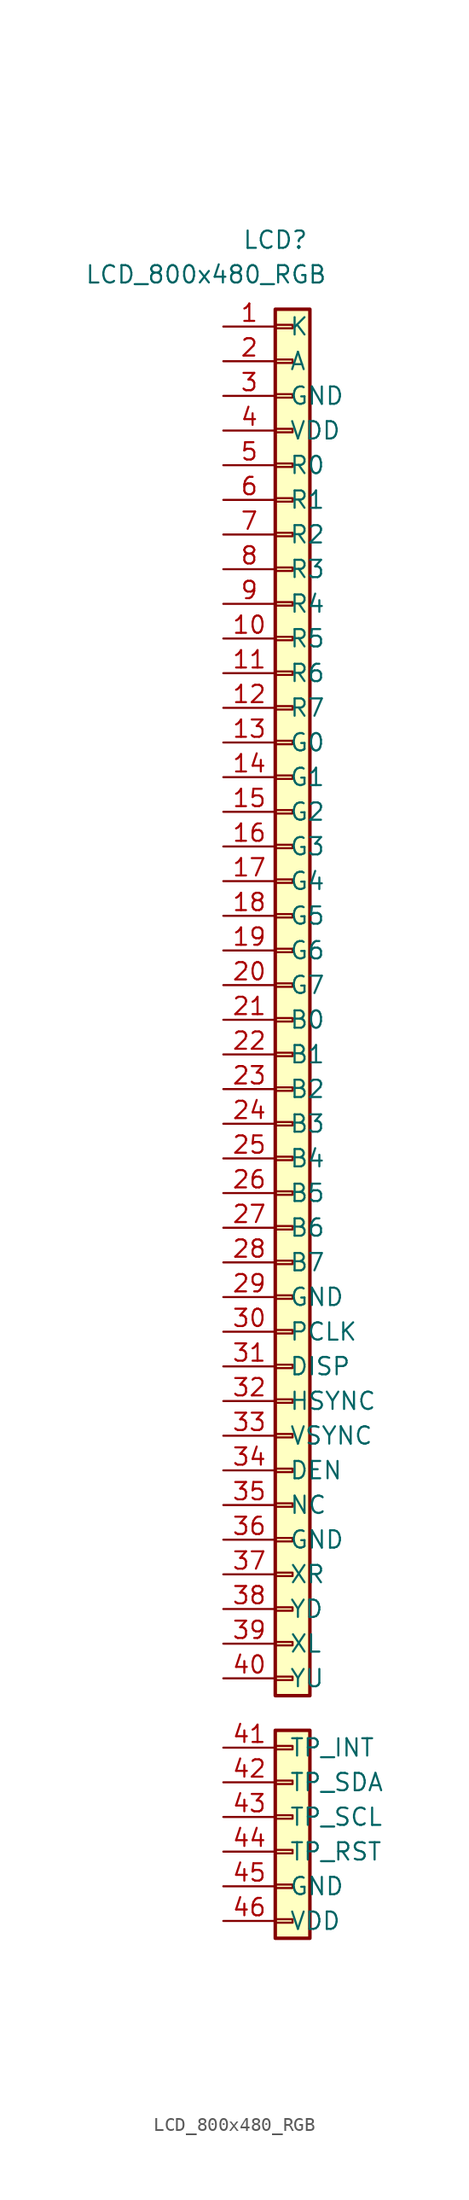
<source format=kicad_sym>
(kicad_symbol_lib
  (version 20211014)
  (generator kicad_symbol_editor)
  (symbol "LCD_800x480_RGB"
    (pin_names
      (offset 1.016))
    (property "Reference" "LCD"
      (at 0 58.42 0)
      (effects (font (size 1.27 1.27))))
    (property "Value" "LCD_800x480_RGB"
      (at -5.08 55.88 0)
      (effects (font (size 1.27 1.27))))
    (symbol "LCD_800x480_RGB_1_1"
      (rectangle (start 0 -64.643) (end 1.27 -64.897) (stroke (width 0.152) (type default) (color 0 0 0 0)) (fill (type none)))
      (rectangle (start 0 -62.103) (end 1.27 -62.357) (stroke (width 0.152) (type default) (color 0 0 0 0)) (fill (type none)))
      (rectangle (start 0 -59.563) (end 1.27 -59.817) (stroke (width 0.152) (type default) (color 0 0 0 0)) (fill (type none)))
      (rectangle (start 0 -57.023) (end 1.27 -57.277) (stroke (width 0.152) (type default) (color 0 0 0 0)) (fill (type none)))
      (rectangle (start 0 -54.483) (end 1.27 -54.737) (stroke (width 0.152) (type default) (color 0 0 0 0)) (fill (type none)))
      (rectangle (start 0 -51.943) (end 1.27 -52.197) (stroke (width 0.152) (type default) (color 0 0 0 0)) (fill (type none)))
      (rectangle (start 0 -50.8) (end 2.54 -66.04) (stroke (width 0.254) (type default) (color 0 0 0 0)) (fill (type background)))
      (rectangle (start 0 -46.863) (end 1.27 -47.117) (stroke (width 0.152) (type default) (color 0 0 0 0)) (fill (type none)))
      (rectangle (start 0 -44.323) (end 1.27 -44.577) (stroke (width 0.152) (type default) (color 0 0 0 0)) (fill (type none)))
      (rectangle (start 0 -41.783) (end 1.27 -42.037) (stroke (width 0.152) (type default) (color 0 0 0 0)) (fill (type none)))
      (rectangle (start 0 -39.243) (end 1.27 -39.497) (stroke (width 0.152) (type default) (color 0 0 0 0)) (fill (type none)))
      (rectangle (start 0 -36.703) (end 1.27 -36.957) (stroke (width 0.152) (type default) (color 0 0 0 0)) (fill (type none)))
      (rectangle (start 0 -34.163) (end 1.27 -34.417) (stroke (width 0.152) (type default) (color 0 0 0 0)) (fill (type none)))
      (rectangle (start 0 -31.623) (end 1.27 -31.877) (stroke (width 0.152) (type default) (color 0 0 0 0)) (fill (type none)))
      (rectangle (start 0 -29.083) (end 1.27 -29.337) (stroke (width 0.152) (type default) (color 0 0 0 0)) (fill (type none)))
      (rectangle (start 0 -26.543) (end 1.27 -26.797) (stroke (width 0.152) (type default) (color 0 0 0 0)) (fill (type none)))
      (rectangle (start 0 -24.003) (end 1.27 -24.257) (stroke (width 0.152) (type default) (color 0 0 0 0)) (fill (type none)))
      (rectangle (start 0 -21.463) (end 1.27 -21.717) (stroke (width 0.152) (type default) (color 0 0 0 0)) (fill (type none)))
      (rectangle (start 0 -18.923) (end 1.27 -19.177) (stroke (width 0.152) (type default) (color 0 0 0 0)) (fill (type none)))
      (rectangle (start 0 -16.383) (end 1.27 -16.637) (stroke (width 0.152) (type default) (color 0 0 0 0)) (fill (type none)))
      (rectangle (start 0 -13.843) (end 1.27 -14.097) (stroke (width 0.152) (type default) (color 0 0 0 0)) (fill (type none)))
      (rectangle (start 0 -11.303) (end 1.27 -11.557) (stroke (width 0.152) (type default) (color 0 0 0 0)) (fill (type none)))
      (rectangle (start 0 -8.763) (end 1.27 -9.017) (stroke (width 0.152) (type default) (color 0 0 0 0)) (fill (type none)))
      (rectangle (start 0 -6.223) (end 1.27 -6.477) (stroke (width 0.152) (type default) (color 0 0 0 0)) (fill (type none)))
      (rectangle (start 0 -3.683) (end 1.27 -3.937) (stroke (width 0.152) (type default) (color 0 0 0 0)) (fill (type none)))
      (rectangle (start 0 -1.143) (end 1.27 -1.397) (stroke (width 0.152) (type default) (color 0 0 0 0)) (fill (type none)))
      (rectangle (start 0 1.397) (end 1.27 1.143) (stroke (width 0.152) (type default) (color 0 0 0 0)) (fill (type none)))
      (rectangle (start 0 3.937) (end 1.27 3.683) (stroke (width 0.152) (type default) (color 0 0 0 0)) (fill (type none)))
      (rectangle (start 0 6.477) (end 1.27 6.223) (stroke (width 0.152) (type default) (color 0 0 0 0)) (fill (type none)))
      (rectangle (start 0 9.017) (end 1.27 8.763) (stroke (width 0.152) (type default) (color 0 0 0 0)) (fill (type none)))
      (rectangle (start 0 11.557) (end 1.27 11.303) (stroke (width 0.152) (type default) (color 0 0 0 0)) (fill (type none)))
      (rectangle (start 0 14.097) (end 1.27 13.843) (stroke (width 0.152) (type default) (color 0 0 0 0)) (fill (type none)))
      (rectangle (start 0 16.637) (end 1.27 16.383) (stroke (width 0.152) (type default) (color 0 0 0 0)) (fill (type none)))
      (rectangle (start 0 19.177) (end 1.27 18.923) (stroke (width 0.152) (type default) (color 0 0 0 0)) (fill (type none)))
      (rectangle (start 0 21.717) (end 1.27 21.463) (stroke (width 0.152) (type default) (color 0 0 0 0)) (fill (type none)))
      (rectangle (start 0 24.257) (end 1.27 24.003) (stroke (width 0.152) (type default) (color 0 0 0 0)) (fill (type none)))
      (rectangle (start 0 26.797) (end 1.27 26.543) (stroke (width 0.152) (type default) (color 0 0 0 0)) (fill (type none)))
      (rectangle (start 0 29.337) (end 1.27 29.083) (stroke (width 0.152) (type default) (color 0 0 0 0)) (fill (type none)))
      (rectangle (start 0 31.877) (end 1.27 31.623) (stroke (width 0.152) (type default) (color 0 0 0 0)) (fill (type none)))
      (rectangle (start 0 34.417) (end 1.27 34.163) (stroke (width 0.152) (type default) (color 0 0 0 0)) (fill (type none)))
      (rectangle (start 0 36.957) (end 1.27 36.703) (stroke (width 0.152) (type default) (color 0 0 0 0)) (fill (type none)))
      (rectangle (start 0 39.497) (end 1.27 39.243) (stroke (width 0.152) (type default) (color 0 0 0 0)) (fill (type none)))
      (rectangle (start 0 42.037) (end 1.27 41.783) (stroke (width 0.152) (type default) (color 0 0 0 0)) (fill (type none)))
      (rectangle (start 0 44.577) (end 1.27 44.323) (stroke (width 0.152) (type default) (color 0 0 0 0)) (fill (type none)))
      (rectangle (start 0 47.117) (end 1.27 46.863) (stroke (width 0.152) (type default) (color 0 0 0 0)) (fill (type none)))
      (rectangle (start 0 49.657) (end 1.27 49.403) (stroke (width 0.152) (type default) (color 0 0 0 0)) (fill (type none)))
      (rectangle (start 0 52.197) (end 1.27 51.943) (stroke (width 0.152) (type default) (color 0 0 0 0)) (fill (type none)))
      (rectangle (start 0 53.34) (end 2.54 -48.26) (stroke (width 0.254) (type default) (color 0 0 0 0)) (fill (type background)))
      (pin passive line (at -3.81 52.07 0) (length 3.81) (name "K" (effects (font (size 1.27 1.27)))) (number "1" (effects (font (size 1.27 1.27)))))
      (pin passive line (at -3.81 29.21 0) (length 3.81) (name "R5" (effects (font (size 1.27 1.27)))) (number "10" (effects (font (size 1.27 1.27)))))
      (pin passive line (at -3.81 26.67 0) (length 3.81) (name "R6" (effects (font (size 1.27 1.27)))) (number "11" (effects (font (size 1.27 1.27)))))
      (pin passive line (at -3.81 24.13 0) (length 3.81) (name "R7" (effects (font (size 1.27 1.27)))) (number "12" (effects (font (size 1.27 1.27)))))
      (pin passive line (at -3.81 21.59 0) (length 3.81) (name "G0" (effects (font (size 1.27 1.27)))) (number "13" (effects (font (size 1.27 1.27)))))
      (pin passive line (at -3.81 19.05 0) (length 3.81) (name "G1" (effects (font (size 1.27 1.27)))) (number "14" (effects (font (size 1.27 1.27)))))
      (pin passive line (at -3.81 16.51 0) (length 3.81) (name "G2" (effects (font (size 1.27 1.27)))) (number "15" (effects (font (size 1.27 1.27)))))
      (pin passive line (at -3.81 13.97 0) (length 3.81) (name "G3" (effects (font (size 1.27 1.27)))) (number "16" (effects (font (size 1.27 1.27)))))
      (pin passive line (at -3.81 11.43 0) (length 3.81) (name "G4" (effects (font (size 1.27 1.27)))) (number "17" (effects (font (size 1.27 1.27)))))
      (pin passive line (at -3.81 8.89 0) (length 3.81) (name "G5" (effects (font (size 1.27 1.27)))) (number "18" (effects (font (size 1.27 1.27)))))
      (pin passive line (at -3.81 6.35 0) (length 3.81) (name "G6" (effects (font (size 1.27 1.27)))) (number "19" (effects (font (size 1.27 1.27)))))
      (pin passive line (at -3.81 49.53 0) (length 3.81) (name "A" (effects (font (size 1.27 1.27)))) (number "2" (effects (font (size 1.27 1.27)))))
      (pin passive line (at -3.81 3.81 0) (length 3.81) (name "G7" (effects (font (size 1.27 1.27)))) (number "20" (effects (font (size 1.27 1.27)))))
      (pin passive line (at -3.81 1.27 0) (length 3.81) (name "B0" (effects (font (size 1.27 1.27)))) (number "21" (effects (font (size 1.27 1.27)))))
      (pin passive line (at -3.81 -1.27 0) (length 3.81) (name "B1" (effects (font (size 1.27 1.27)))) (number "22" (effects (font (size 1.27 1.27)))))
      (pin passive line (at -3.81 -3.81 0) (length 3.81) (name "B2" (effects (font (size 1.27 1.27)))) (number "23" (effects (font (size 1.27 1.27)))))
      (pin passive line (at -3.81 -6.35 0) (length 3.81) (name "B3" (effects (font (size 1.27 1.27)))) (number "24" (effects (font (size 1.27 1.27)))))
      (pin passive line (at -3.81 -8.89 0) (length 3.81) (name "B4" (effects (font (size 1.27 1.27)))) (number "25" (effects (font (size 1.27 1.27)))))
      (pin passive line (at -3.81 -11.43 0) (length 3.81) (name "B5" (effects (font (size 1.27 1.27)))) (number "26" (effects (font (size 1.27 1.27)))))
      (pin passive line (at -3.81 -13.97 0) (length 3.81) (name "B6" (effects (font (size 1.27 1.27)))) (number "27" (effects (font (size 1.27 1.27)))))
      (pin passive line (at -3.81 -16.51 0) (length 3.81) (name "B7" (effects (font (size 1.27 1.27)))) (number "28" (effects (font (size 1.27 1.27)))))
      (pin passive line (at -3.81 -19.05 0) (length 3.81) (name "GND" (effects (font (size 1.27 1.27)))) (number "29" (effects (font (size 1.27 1.27)))))
      (pin passive line (at -3.81 46.99 0) (length 3.81) (name "GND" (effects (font (size 1.27 1.27)))) (number "3" (effects (font (size 1.27 1.27)))))
      (pin passive line (at -3.81 -21.59 0) (length 3.81) (name "PCLK" (effects (font (size 1.27 1.27)))) (number "30" (effects (font (size 1.27 1.27)))))
      (pin passive line (at -3.81 -24.13 0) (length 3.81) (name "DISP" (effects (font (size 1.27 1.27)))) (number "31" (effects (font (size 1.27 1.27)))))
      (pin passive line (at -3.81 -26.67 0) (length 3.81) (name "HSYNC" (effects (font (size 1.27 1.27)))) (number "32" (effects (font (size 1.27 1.27)))))
      (pin passive line (at -3.81 -29.21 0) (length 3.81) (name "VSYNC" (effects (font (size 1.27 1.27)))) (number "33" (effects (font (size 1.27 1.27)))))
      (pin passive line (at -3.81 -31.75 0) (length 3.81) (name "DEN" (effects (font (size 1.27 1.27)))) (number "34" (effects (font (size 1.27 1.27)))))
      (pin passive line (at -3.81 -34.29 0) (length 3.81) (name "NC" (effects (font (size 1.27 1.27)))) (number "35" (effects (font (size 1.27 1.27)))))
      (pin passive line (at -3.81 -36.83 0) (length 3.81) (name "GND" (effects (font (size 1.27 1.27)))) (number "36" (effects (font (size 1.27 1.27)))))
      (pin passive line (at -3.81 -39.37 0) (length 3.81) (name "XR" (effects (font (size 1.27 1.27)))) (number "37" (effects (font (size 1.27 1.27)))))
      (pin passive line (at -3.81 -41.91 0) (length 3.81) (name "YD" (effects (font (size 1.27 1.27)))) (number "38" (effects (font (size 1.27 1.27)))))
      (pin passive line (at -3.81 -44.45 0) (length 3.81) (name "XL" (effects (font (size 1.27 1.27)))) (number "39" (effects (font (size 1.27 1.27)))))
      (pin passive line (at -3.81 44.45 0) (length 3.81) (name "VDD" (effects (font (size 1.27 1.27)))) (number "4" (effects (font (size 1.27 1.27)))))
      (pin passive line (at -3.81 -46.99 0) (length 3.81) (name "YU" (effects (font (size 1.27 1.27)))) (number "40" (effects (font (size 1.27 1.27)))))
      (pin passive line (at -3.81 -52.07 0) (length 3.81) (name "TP_INT" (effects (font (size 1.27 1.27)))) (number "41" (effects (font (size 1.27 1.27)))))
      (pin passive line (at -3.81 -54.61 0) (length 3.81) (name "TP_SDA" (effects (font (size 1.27 1.27)))) (number "42" (effects (font (size 1.27 1.27)))))
      (pin passive line (at -3.81 -57.15 0) (length 3.81) (name "TP_SCL" (effects (font (size 1.27 1.27)))) (number "43" (effects (font (size 1.27 1.27)))))
      (pin passive line (at -3.81 -59.69 0) (length 3.81) (name "TP_RST" (effects (font (size 1.27 1.27)))) (number "44" (effects (font (size 1.27 1.27)))))
      (pin passive line (at -3.81 -62.23 0) (length 3.81) (name "GND" (effects (font (size 1.27 1.27)))) (number "45" (effects (font (size 1.27 1.27)))))
      (pin passive line (at -3.81 -64.77 0) (length 3.81) (name "VDD" (effects (font (size 1.27 1.27)))) (number "46" (effects (font (size 1.27 1.27)))))
      (pin passive line (at -3.81 41.91 0) (length 3.81) (name "R0" (effects (font (size 1.27 1.27)))) (number "5" (effects (font (size 1.27 1.27)))))
      (pin passive line (at -3.81 39.37 0) (length 3.81) (name "R1" (effects (font (size 1.27 1.27)))) (number "6" (effects (font (size 1.27 1.27)))))
      (pin passive line (at -3.81 36.83 0) (length 3.81) (name "R2" (effects (font (size 1.27 1.27)))) (number "7" (effects (font (size 1.27 1.27)))))
      (pin passive line (at -3.81 34.29 0) (length 3.81) (name "R3" (effects (font (size 1.27 1.27)))) (number "8" (effects (font (size 1.27 1.27)))))
      (pin passive line (at -3.81 31.75 0) (length 3.81) (name "R4" (effects (font (size 1.27 1.27)))) (number "9" (effects (font (size 1.27 1.27))))))))
</source>
